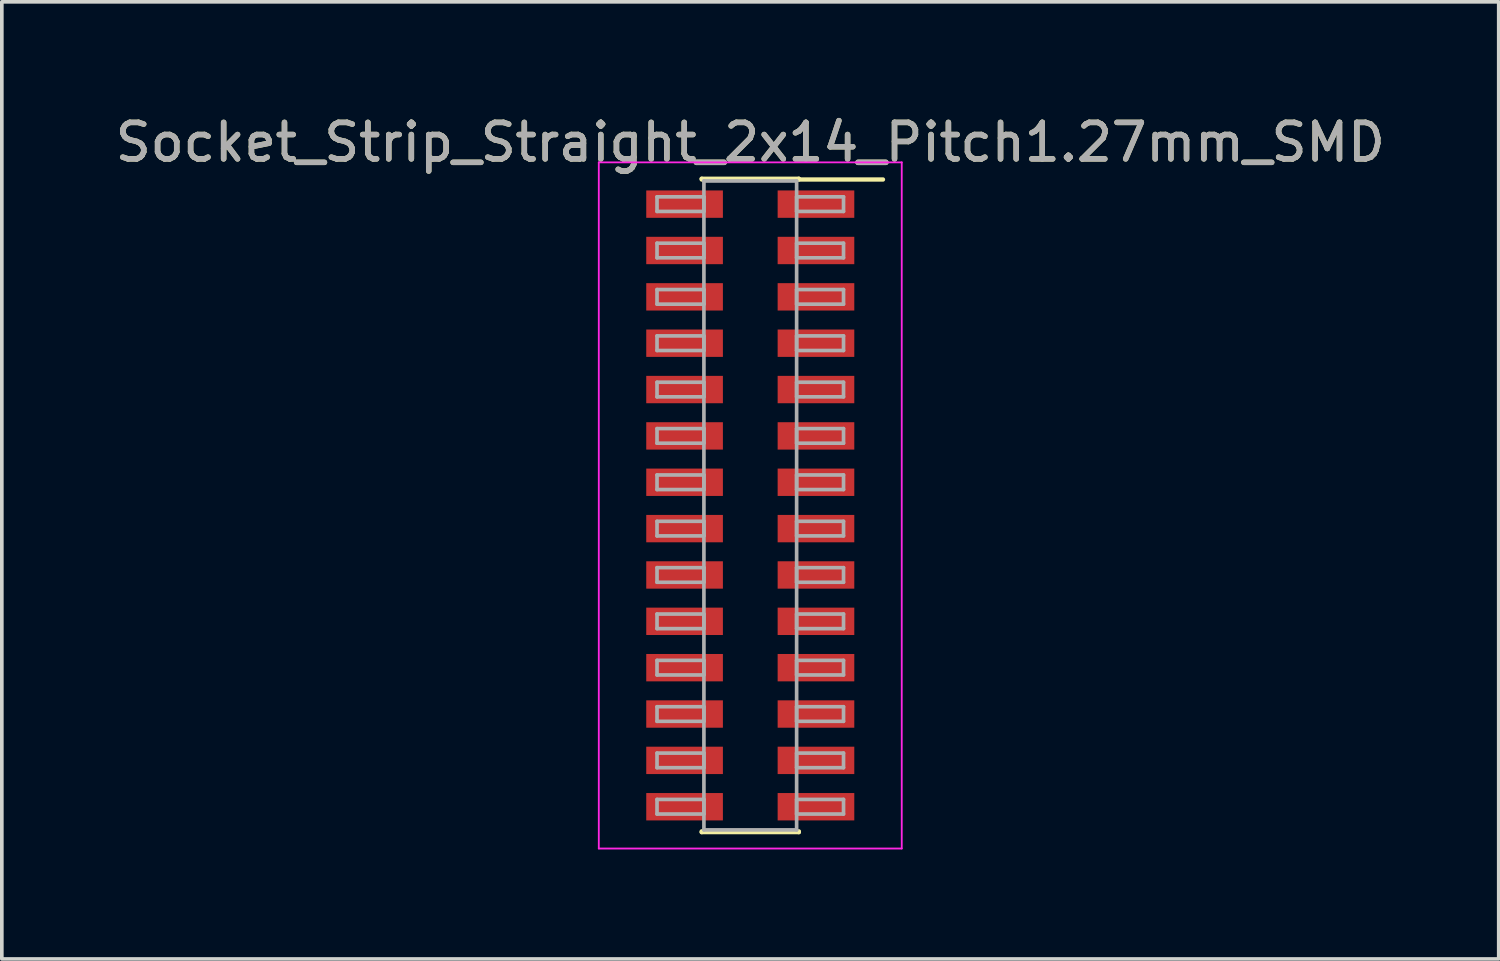
<source format=kicad_pcb>
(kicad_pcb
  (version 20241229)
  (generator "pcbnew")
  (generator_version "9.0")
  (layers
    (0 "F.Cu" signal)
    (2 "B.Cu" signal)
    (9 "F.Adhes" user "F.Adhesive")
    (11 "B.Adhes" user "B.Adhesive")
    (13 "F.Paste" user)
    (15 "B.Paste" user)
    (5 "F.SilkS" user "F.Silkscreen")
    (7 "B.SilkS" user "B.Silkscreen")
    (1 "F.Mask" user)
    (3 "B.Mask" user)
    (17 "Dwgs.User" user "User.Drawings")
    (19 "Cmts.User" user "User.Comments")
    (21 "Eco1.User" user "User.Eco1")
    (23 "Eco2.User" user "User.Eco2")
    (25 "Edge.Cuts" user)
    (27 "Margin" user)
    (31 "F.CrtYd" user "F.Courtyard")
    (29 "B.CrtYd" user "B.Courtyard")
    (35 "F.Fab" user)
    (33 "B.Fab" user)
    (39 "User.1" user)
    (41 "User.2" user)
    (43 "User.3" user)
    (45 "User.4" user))
  (footprint "Socket_Strip_Straight_2x14_Pitch1.27mm_SMD"
    (layer "F.Cu")
    (at 17.506 10.798)
    (property "Reference" "Socket_Strip_Straight_2x14_Pitch1.27mm_SMD" (at 0 -9.95 0) (layer "F.SilkS") (effects (font (size 1 1) (thickness 0.15))))
    (attr smd)
    (fp_line (start -1.33 -8.95) (end 1.33 -8.95) (stroke (width 0.12) (type solid)) (layer "F.SilkS"))
    (fp_line (start -1.33 -8.93) (end -1.33 -8.95) (stroke (width 0.12) (type solid)) (layer "F.SilkS"))
    (fp_line (start -1.33 8.93) (end -1.33 8.95) (stroke (width 0.12) (type solid)) (layer "F.SilkS"))
    (fp_line (start -1.33 8.95) (end 1.33 8.95) (stroke (width 0.12) (type solid)) (layer "F.SilkS"))
    (fp_line (start 1.33 -8.95) (end 1.33 -8.93) (stroke (width 0.12) (type solid)) (layer "F.SilkS"))
    (fp_line (start 1.33 8.95) (end 1.33 8.93) (stroke (width 0.12) (type solid)) (layer "F.SilkS"))
    (fp_line (start 3.635 -8.93) (end 1.33 -8.93) (stroke (width 0.12) (type solid)) (layer "F.SilkS"))
    (fp_line (start -4.15 -9.4) (end -4.15 9.4) (stroke (width 0.05) (type solid)) (layer "F.CrtYd"))
    (fp_line (start -4.15 9.4) (end 4.15 9.4) (stroke (width 0.05) (type solid)) (layer "F.CrtYd"))
    (fp_line (start 4.15 -9.4) (end -4.15 -9.4) (stroke (width 0.05) (type solid)) (layer "F.CrtYd"))
    (fp_line (start 4.15 9.4) (end 4.15 -9.4) (stroke (width 0.05) (type solid)) (layer "F.CrtYd"))
    (fp_line (start -2.555 -8.455) (end -1.27 -8.455) (stroke (width 0.1) (type solid)) (layer "F.Fab"))
    (fp_line (start -2.555 -8.055) (end -2.555 -8.455) (stroke (width 0.1) (type solid)) (layer "F.Fab"))
    (fp_line (start -2.555 -7.185) (end -1.27 -7.185) (stroke (width 0.1) (type solid)) (layer "F.Fab"))
    (fp_line (start -2.555 -6.785) (end -2.555 -7.185) (stroke (width 0.1) (type solid)) (layer "F.Fab"))
    (fp_line (start -2.555 -5.915) (end -1.27 -5.915) (stroke (width 0.1) (type solid)) (layer "F.Fab"))
    (fp_line (start -2.555 -5.515) (end -2.555 -5.915) (stroke (width 0.1) (type solid)) (layer "F.Fab"))
    (fp_line (start -2.555 -4.645) (end -1.27 -4.645) (stroke (width 0.1) (type solid)) (layer "F.Fab"))
    (fp_line (start -2.555 -4.245) (end -2.555 -4.645) (stroke (width 0.1) (type solid)) (layer "F.Fab"))
    (fp_line (start -2.555 -3.375) (end -1.27 -3.375) (stroke (width 0.1) (type solid)) (layer "F.Fab"))
    (fp_line (start -2.555 -2.975) (end -2.555 -3.375) (stroke (width 0.1) (type solid)) (layer "F.Fab"))
    (fp_line (start -2.555 -2.105) (end -1.27 -2.105) (stroke (width 0.1) (type solid)) (layer "F.Fab"))
    (fp_line (start -2.555 -1.705) (end -2.555 -2.105) (stroke (width 0.1) (type solid)) (layer "F.Fab"))
    (fp_line (start -2.555 -0.835) (end -1.27 -0.835) (stroke (width 0.1) (type solid)) (layer "F.Fab"))
    (fp_line (start -2.555 -0.435) (end -2.555 -0.835) (stroke (width 0.1) (type solid)) (layer "F.Fab"))
    (fp_line (start -2.555 0.435) (end -1.27 0.435) (stroke (width 0.1) (type solid)) (layer "F.Fab"))
    (fp_line (start -2.555 0.835) (end -2.555 0.435) (stroke (width 0.1) (type solid)) (layer "F.Fab"))
    (fp_line (start -2.555 1.705) (end -1.27 1.705) (stroke (width 0.1) (type solid)) (layer "F.Fab"))
    (fp_line (start -2.555 2.105) (end -2.555 1.705) (stroke (width 0.1) (type solid)) (layer "F.Fab"))
    (fp_line (start -2.555 2.975) (end -1.27 2.975) (stroke (width 0.1) (type solid)) (layer "F.Fab"))
    (fp_line (start -2.555 3.375) (end -2.555 2.975) (stroke (width 0.1) (type solid)) (layer "F.Fab"))
    (fp_line (start -2.555 4.245) (end -1.27 4.245) (stroke (width 0.1) (type solid)) (layer "F.Fab"))
    (fp_line (start -2.555 4.645) (end -2.555 4.245) (stroke (width 0.1) (type solid)) (layer "F.Fab"))
    (fp_line (start -2.555 5.515) (end -1.27 5.515) (stroke (width 0.1) (type solid)) (layer "F.Fab"))
    (fp_line (start -2.555 5.915) (end -2.555 5.515) (stroke (width 0.1) (type solid)) (layer "F.Fab"))
    (fp_line (start -2.555 6.785) (end -1.27 6.785) (stroke (width 0.1) (type solid)) (layer "F.Fab"))
    (fp_line (start -2.555 7.185) (end -2.555 6.785) (stroke (width 0.1) (type solid)) (layer "F.Fab"))
    (fp_line (start -2.555 8.055) (end -1.27 8.055) (stroke (width 0.1) (type solid)) (layer "F.Fab"))
    (fp_line (start -2.555 8.455) (end -2.555 8.055) (stroke (width 0.1) (type solid)) (layer "F.Fab"))
    (fp_line (start -1.27 -8.89) (end -1.27 8.89) (stroke (width 0.1) (type solid)) (layer "F.Fab"))
    (fp_line (start -1.27 -8.455) (end -1.27 -8.055) (stroke (width 0.1) (type solid)) (layer "F.Fab"))
    (fp_line (start -1.27 -8.055) (end -2.555 -8.055) (stroke (width 0.1) (type solid)) (layer "F.Fab"))
    (fp_line (start -1.27 -7.185) (end -1.27 -6.785) (stroke (width 0.1) (type solid)) (layer "F.Fab"))
    (fp_line (start -1.27 -6.785) (end -2.555 -6.785) (stroke (width 0.1) (type solid)) (layer "F.Fab"))
    (fp_line (start -1.27 -5.915) (end -1.27 -5.515) (stroke (width 0.1) (type solid)) (layer "F.Fab"))
    (fp_line (start -1.27 -5.515) (end -2.555 -5.515) (stroke (width 0.1) (type solid)) (layer "F.Fab"))
    (fp_line (start -1.27 -4.645) (end -1.27 -4.245) (stroke (width 0.1) (type solid)) (layer "F.Fab"))
    (fp_line (start -1.27 -4.245) (end -2.555 -4.245) (stroke (width 0.1) (type solid)) (layer "F.Fab"))
    (fp_line (start -1.27 -3.375) (end -1.27 -2.975) (stroke (width 0.1) (type solid)) (layer "F.Fab"))
    (fp_line (start -1.27 -2.975) (end -2.555 -2.975) (stroke (width 0.1) (type solid)) (layer "F.Fab"))
    (fp_line (start -1.27 -2.105) (end -1.27 -1.705) (stroke (width 0.1) (type solid)) (layer "F.Fab"))
    (fp_line (start -1.27 -1.705) (end -2.555 -1.705) (stroke (width 0.1) (type solid)) (layer "F.Fab"))
    (fp_line (start -1.27 -0.835) (end -1.27 -0.435) (stroke (width 0.1) (type solid)) (layer "F.Fab"))
    (fp_line (start -1.27 -0.435) (end -2.555 -0.435) (stroke (width 0.1) (type solid)) (layer "F.Fab"))
    (fp_line (start -1.27 0.435) (end -1.27 0.835) (stroke (width 0.1) (type solid)) (layer "F.Fab"))
    (fp_line (start -1.27 0.835) (end -2.555 0.835) (stroke (width 0.1) (type solid)) (layer "F.Fab"))
    (fp_line (start -1.27 1.705) (end -1.27 2.105) (stroke (width 0.1) (type solid)) (layer "F.Fab"))
    (fp_line (start -1.27 2.105) (end -2.555 2.105) (stroke (width 0.1) (type solid)) (layer "F.Fab"))
    (fp_line (start -1.27 2.975) (end -1.27 3.375) (stroke (width 0.1) (type solid)) (layer "F.Fab"))
    (fp_line (start -1.27 3.375) (end -2.555 3.375) (stroke (width 0.1) (type solid)) (layer "F.Fab"))
    (fp_line (start -1.27 4.245) (end -1.27 4.645) (stroke (width 0.1) (type solid)) (layer "F.Fab"))
    (fp_line (start -1.27 4.645) (end -2.555 4.645) (stroke (width 0.1) (type solid)) (layer "F.Fab"))
    (fp_line (start -1.27 5.515) (end -1.27 5.915) (stroke (width 0.1) (type solid)) (layer "F.Fab"))
    (fp_line (start -1.27 5.915) (end -2.555 5.915) (stroke (width 0.1) (type solid)) (layer "F.Fab"))
    (fp_line (start -1.27 6.785) (end -1.27 7.185) (stroke (width 0.1) (type solid)) (layer "F.Fab"))
    (fp_line (start -1.27 7.185) (end -2.555 7.185) (stroke (width 0.1) (type solid)) (layer "F.Fab"))
    (fp_line (start -1.27 8.055) (end -1.27 8.455) (stroke (width 0.1) (type solid)) (layer "F.Fab"))
    (fp_line (start -1.27 8.455) (end -2.555 8.455) (stroke (width 0.1) (type solid)) (layer "F.Fab"))
    (fp_line (start -1.27 8.89) (end 1.27 8.89) (stroke (width 0.1) (type solid)) (layer "F.Fab"))
    (fp_line (start 1.27 -8.89) (end -1.27 -8.89) (stroke (width 0.1) (type solid)) (layer "F.Fab"))
    (fp_line (start 1.27 -8.455) (end 1.27 -8.055) (stroke (width 0.1) (type solid)) (layer "F.Fab"))
    (fp_line (start 1.27 -8.055) (end 2.555 -8.055) (stroke (width 0.1) (type solid)) (layer "F.Fab"))
    (fp_line (start 1.27 -7.185) (end 1.27 -6.785) (stroke (width 0.1) (type solid)) (layer "F.Fab"))
    (fp_line (start 1.27 -6.785) (end 2.555 -6.785) (stroke (width 0.1) (type solid)) (layer "F.Fab"))
    (fp_line (start 1.27 -5.915) (end 1.27 -5.515) (stroke (width 0.1) (type solid)) (layer "F.Fab"))
    (fp_line (start 1.27 -5.515) (end 2.555 -5.515) (stroke (width 0.1) (type solid)) (layer "F.Fab"))
    (fp_line (start 1.27 -4.645) (end 1.27 -4.245) (stroke (width 0.1) (type solid)) (layer "F.Fab"))
    (fp_line (start 1.27 -4.245) (end 2.555 -4.245) (stroke (width 0.1) (type solid)) (layer "F.Fab"))
    (fp_line (start 1.27 -3.375) (end 1.27 -2.975) (stroke (width 0.1) (type solid)) (layer "F.Fab"))
    (fp_line (start 1.27 -2.975) (end 2.555 -2.975) (stroke (width 0.1) (type solid)) (layer "F.Fab"))
    (fp_line (start 1.27 -2.105) (end 1.27 -1.705) (stroke (width 0.1) (type solid)) (layer "F.Fab"))
    (fp_line (start 1.27 -1.705) (end 2.555 -1.705) (stroke (width 0.1) (type solid)) (layer "F.Fab"))
    (fp_line (start 1.27 -0.835) (end 1.27 -0.435) (stroke (width 0.1) (type solid)) (layer "F.Fab"))
    (fp_line (start 1.27 -0.435) (end 2.555 -0.435) (stroke (width 0.1) (type solid)) (layer "F.Fab"))
    (fp_line (start 1.27 0.435) (end 1.27 0.835) (stroke (width 0.1) (type solid)) (layer "F.Fab"))
    (fp_line (start 1.27 0.835) (end 2.555 0.835) (stroke (width 0.1) (type solid)) (layer "F.Fab"))
    (fp_line (start 1.27 1.705) (end 1.27 2.105) (stroke (width 0.1) (type solid)) (layer "F.Fab"))
    (fp_line (start 1.27 2.105) (end 2.555 2.105) (stroke (width 0.1) (type solid)) (layer "F.Fab"))
    (fp_line (start 1.27 2.975) (end 1.27 3.375) (stroke (width 0.1) (type solid)) (layer "F.Fab"))
    (fp_line (start 1.27 3.375) (end 2.555 3.375) (stroke (width 0.1) (type solid)) (layer "F.Fab"))
    (fp_line (start 1.27 4.245) (end 1.27 4.645) (stroke (width 0.1) (type solid)) (layer "F.Fab"))
    (fp_line (start 1.27 4.645) (end 2.555 4.645) (stroke (width 0.1) (type solid)) (layer "F.Fab"))
    (fp_line (start 1.27 5.515) (end 1.27 5.915) (stroke (width 0.1) (type solid)) (layer "F.Fab"))
    (fp_line (start 1.27 5.915) (end 2.555 5.915) (stroke (width 0.1) (type solid)) (layer "F.Fab"))
    (fp_line (start 1.27 6.785) (end 1.27 7.185) (stroke (width 0.1) (type solid)) (layer "F.Fab"))
    (fp_line (start 1.27 7.185) (end 2.555 7.185) (stroke (width 0.1) (type solid)) (layer "F.Fab"))
    (fp_line (start 1.27 8.055) (end 1.27 8.455) (stroke (width 0.1) (type solid)) (layer "F.Fab"))
    (fp_line (start 1.27 8.455) (end 2.555 8.455) (stroke (width 0.1) (type solid)) (layer "F.Fab"))
    (fp_line (start 1.27 8.89) (end 1.27 -8.89) (stroke (width 0.1) (type solid)) (layer "F.Fab"))
    (fp_line (start 2.555 -8.455) (end 1.27 -8.455) (stroke (width 0.1) (type solid)) (layer "F.Fab"))
    (fp_line (start 2.555 -8.055) (end 2.555 -8.455) (stroke (width 0.1) (type solid)) (layer "F.Fab"))
    (fp_line (start 2.555 -7.185) (end 1.27 -7.185) (stroke (width 0.1) (type solid)) (layer "F.Fab"))
    (fp_line (start 2.555 -6.785) (end 2.555 -7.185) (stroke (width 0.1) (type solid)) (layer "F.Fab"))
    (fp_line (start 2.555 -5.915) (end 1.27 -5.915) (stroke (width 0.1) (type solid)) (layer "F.Fab"))
    (fp_line (start 2.555 -5.515) (end 2.555 -5.915) (stroke (width 0.1) (type solid)) (layer "F.Fab"))
    (fp_line (start 2.555 -4.645) (end 1.27 -4.645) (stroke (width 0.1) (type solid)) (layer "F.Fab"))
    (fp_line (start 2.555 -4.245) (end 2.555 -4.645) (stroke (width 0.1) (type solid)) (layer "F.Fab"))
    (fp_line (start 2.555 -3.375) (end 1.27 -3.375) (stroke (width 0.1) (type solid)) (layer "F.Fab"))
    (fp_line (start 2.555 -2.975) (end 2.555 -3.375) (stroke (width 0.1) (type solid)) (layer "F.Fab"))
    (fp_line (start 2.555 -2.105) (end 1.27 -2.105) (stroke (width 0.1) (type solid)) (layer "F.Fab"))
    (fp_line (start 2.555 -1.705) (end 2.555 -2.105) (stroke (width 0.1) (type solid)) (layer "F.Fab"))
    (fp_line (start 2.555 -0.835) (end 1.27 -0.835) (stroke (width 0.1) (type solid)) (layer "F.Fab"))
    (fp_line (start 2.555 -0.435) (end 2.555 -0.835) (stroke (width 0.1) (type solid)) (layer "F.Fab"))
    (fp_line (start 2.555 0.435) (end 1.27 0.435) (stroke (width 0.1) (type solid)) (layer "F.Fab"))
    (fp_line (start 2.555 0.835) (end 2.555 0.435) (stroke (width 0.1) (type solid)) (layer "F.Fab"))
    (fp_line (start 2.555 1.705) (end 1.27 1.705) (stroke (width 0.1) (type solid)) (layer "F.Fab"))
    (fp_line (start 2.555 2.105) (end 2.555 1.705) (stroke (width 0.1) (type solid)) (layer "F.Fab"))
    (fp_line (start 2.555 2.975) (end 1.27 2.975) (stroke (width 0.1) (type solid)) (layer "F.Fab"))
    (fp_line (start 2.555 3.375) (end 2.555 2.975) (stroke (width 0.1) (type solid)) (layer "F.Fab"))
    (fp_line (start 2.555 4.245) (end 1.27 4.245) (stroke (width 0.1) (type solid)) (layer "F.Fab"))
    (fp_line (start 2.555 4.645) (end 2.555 4.245) (stroke (width 0.1) (type solid)) (layer "F.Fab"))
    (fp_line (start 2.555 5.515) (end 1.27 5.515) (stroke (width 0.1) (type solid)) (layer "F.Fab"))
    (fp_line (start 2.555 5.915) (end 2.555 5.515) (stroke (width 0.1) (type solid)) (layer "F.Fab"))
    (fp_line (start 2.555 6.785) (end 1.27 6.785) (stroke (width 0.1) (type solid)) (layer "F.Fab"))
    (fp_line (start 2.555 7.185) (end 2.555 6.785) (stroke (width 0.1) (type solid)) (layer "F.Fab"))
    (fp_line (start 2.555 8.055) (end 1.27 8.055) (stroke (width 0.1) (type solid)) (layer "F.Fab"))
    (fp_line (start 2.555 8.455) (end 2.555 8.055) (stroke (width 0.1) (type solid)) (layer "F.Fab"))
    (fp_text user "${REFERENCE}" (at 0 -9.95 0) (layer "F.Fab") (effects (font (size 1 1) (thickness 0.15))))
    (pad "1" smd rect (at 1.8 -8.255) (size 2.1 0.75) (layers "F.Cu" "F.Mask" "F.Paste"))
    (pad "2" smd rect (at -1.8 -8.255) (size 2.1 0.75) (layers "F.Cu" "F.Mask" "F.Paste"))
    (pad "3" smd rect (at 1.8 -6.985) (size 2.1 0.75) (layers "F.Cu" "F.Mask" "F.Paste"))
    (pad "4" smd rect (at -1.8 -6.985) (size 2.1 0.75) (layers "F.Cu" "F.Mask" "F.Paste"))
    (pad "5" smd rect (at 1.8 -5.715) (size 2.1 0.75) (layers "F.Cu" "F.Mask" "F.Paste"))
    (pad "6" smd rect (at -1.8 -5.715) (size 2.1 0.75) (layers "F.Cu" "F.Mask" "F.Paste"))
    (pad "7" smd rect (at 1.8 -4.445) (size 2.1 0.75) (layers "F.Cu" "F.Mask" "F.Paste"))
    (pad "8" smd rect (at -1.8 -4.445) (size 2.1 0.75) (layers "F.Cu" "F.Mask" "F.Paste"))
    (pad "9" smd rect (at 1.8 -3.175) (size 2.1 0.75) (layers "F.Cu" "F.Mask" "F.Paste"))
    (pad "10" smd rect (at -1.8 -3.175) (size 2.1 0.75) (layers "F.Cu" "F.Mask" "F.Paste"))
    (pad "11" smd rect (at 1.8 -1.905) (size 2.1 0.75) (layers "F.Cu" "F.Mask" "F.Paste"))
    (pad "12" smd rect (at -1.8 -1.905) (size 2.1 0.75) (layers "F.Cu" "F.Mask" "F.Paste"))
    (pad "13" smd rect (at 1.8 -0.635) (size 2.1 0.75) (layers "F.Cu" "F.Mask" "F.Paste"))
    (pad "14" smd rect (at -1.8 -0.635) (size 2.1 0.75) (layers "F.Cu" "F.Mask" "F.Paste"))
    (pad "15" smd rect (at 1.8 0.635) (size 2.1 0.75) (layers "F.Cu" "F.Mask" "F.Paste"))
    (pad "16" smd rect (at -1.8 0.635) (size 2.1 0.75) (layers "F.Cu" "F.Mask" "F.Paste"))
    (pad "17" smd rect (at 1.8 1.905) (size 2.1 0.75) (layers "F.Cu" "F.Mask" "F.Paste"))
    (pad "18" smd rect (at -1.8 1.905) (size 2.1 0.75) (layers "F.Cu" "F.Mask" "F.Paste"))
    (pad "19" smd rect (at 1.8 3.175) (size 2.1 0.75) (layers "F.Cu" "F.Mask" "F.Paste"))
    (pad "20" smd rect (at -1.8 3.175) (size 2.1 0.75) (layers "F.Cu" "F.Mask" "F.Paste"))
    (pad "21" smd rect (at 1.8 4.445) (size 2.1 0.75) (layers "F.Cu" "F.Mask" "F.Paste"))
    (pad "22" smd rect (at -1.8 4.445) (size 2.1 0.75) (layers "F.Cu" "F.Mask" "F.Paste"))
    (pad "23" smd rect (at 1.8 5.715) (size 2.1 0.75) (layers "F.Cu" "F.Mask" "F.Paste"))
    (pad "24" smd rect (at -1.8 5.715) (size 2.1 0.75) (layers "F.Cu" "F.Mask" "F.Paste"))
    (pad "25" smd rect (at 1.8 6.985) (size 2.1 0.75) (layers "F.Cu" "F.Mask" "F.Paste"))
    (pad "26" smd rect (at -1.8 6.985) (size 2.1 0.75) (layers "F.Cu" "F.Mask" "F.Paste"))
    (pad "27" smd rect (at 1.8 8.255) (size 2.1 0.75) (layers "F.Cu" "F.Mask" "F.Paste"))
    (pad "28" smd rect (at -1.8 8.255) (size 2.1 0.75) (layers "F.Cu" "F.Mask" "F.Paste")))
  (gr_rect
    (start -3 -3)
    (end 38.012 23.223)
    (stroke (width 0.1) (type default))
    (fill no)
    (layer "Edge.Cuts")))
</source>
